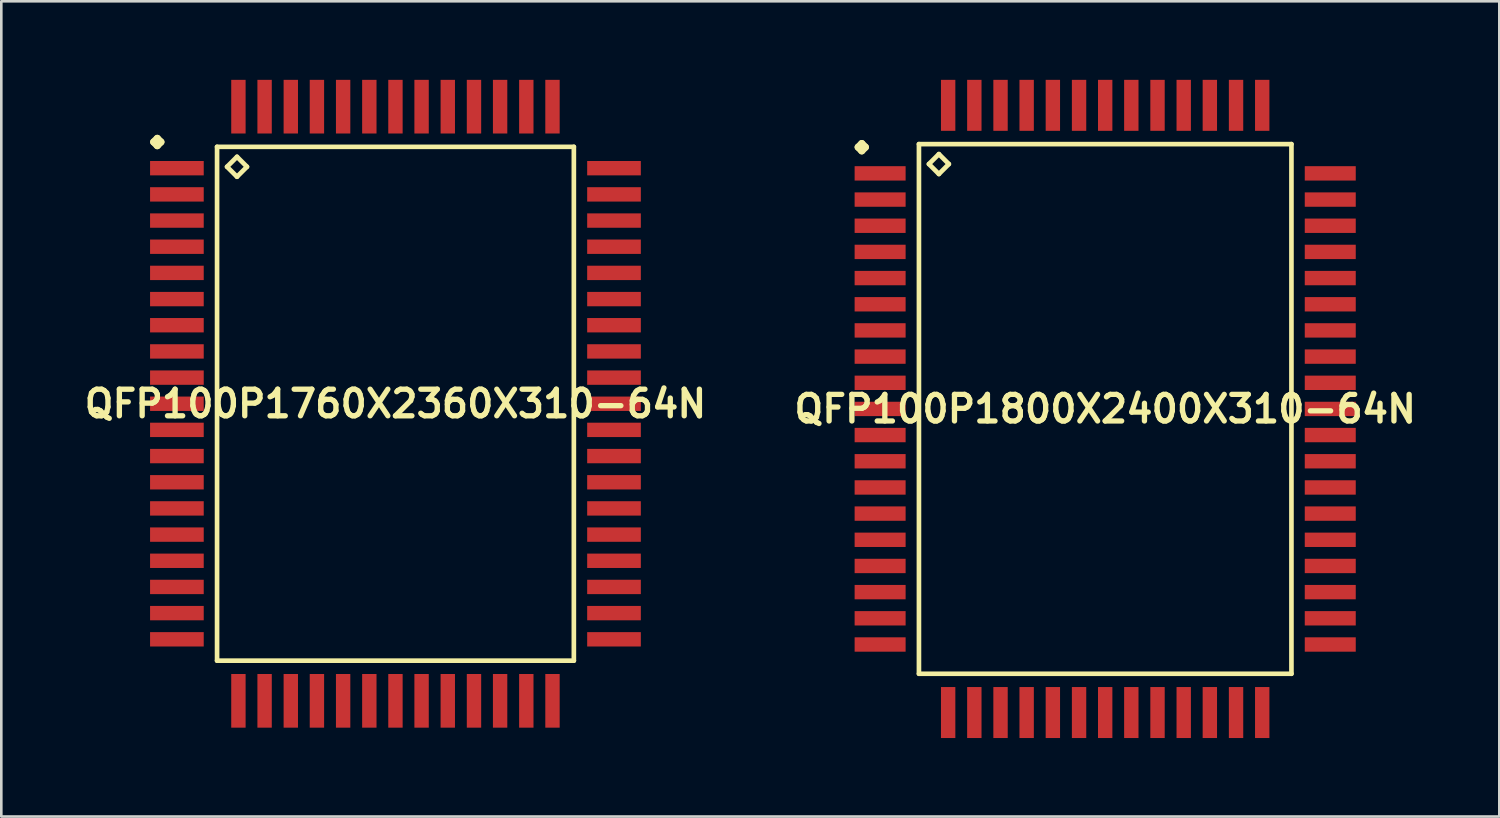
<source format=kicad_pcb>
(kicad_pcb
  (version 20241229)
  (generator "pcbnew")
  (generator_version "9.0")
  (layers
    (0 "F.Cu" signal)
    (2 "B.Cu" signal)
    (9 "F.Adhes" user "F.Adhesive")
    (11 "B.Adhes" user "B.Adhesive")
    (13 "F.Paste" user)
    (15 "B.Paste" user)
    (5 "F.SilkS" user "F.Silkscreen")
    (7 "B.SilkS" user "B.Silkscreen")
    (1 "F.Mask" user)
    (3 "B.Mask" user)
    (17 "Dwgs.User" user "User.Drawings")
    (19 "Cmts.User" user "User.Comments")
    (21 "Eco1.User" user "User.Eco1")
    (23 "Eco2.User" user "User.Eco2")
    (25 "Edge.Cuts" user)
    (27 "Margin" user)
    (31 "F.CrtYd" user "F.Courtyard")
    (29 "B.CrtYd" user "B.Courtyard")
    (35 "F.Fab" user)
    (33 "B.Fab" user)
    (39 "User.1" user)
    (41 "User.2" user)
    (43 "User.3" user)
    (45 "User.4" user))
  (footprint "QFP100P1800X2400X310-64N"
    (layer "F.Cu")
    (at 39.17 12.572)
    (property "Reference" "QFP100P1800X2400X310-64N" (at 0 0 0) (layer "F.SilkS") (effects (font (size 1.016 1.016) (thickness 0.203))))
    (attr smd)
    (fp_line (start -9.436 -10) (end -9.299 -10.137) (stroke (width 0.274) (type solid)) (layer "F.SilkS"))
    (fp_line (start -9.299 -10.137) (end -9.162 -10) (stroke (width 0.274) (type solid)) (layer "F.SilkS"))
    (fp_line (start -9.299 -9.86) (end -9.436 -10) (stroke (width 0.274) (type solid)) (layer "F.SilkS"))
    (fp_line (start -9.162 -10) (end -9.299 -9.86) (stroke (width 0.274) (type solid)) (layer "F.SilkS"))
    (fp_line (start -7.115 -10.117) (end -7.115 10.117) (stroke (width 0.178) (type solid)) (layer "F.SilkS"))
    (fp_line (start -7.115 10.117) (end 7.115 10.117) (stroke (width 0.178) (type solid)) (layer "F.SilkS"))
    (fp_line (start -6.734 -9.355) (end -6.353 -9.736) (stroke (width 0.178) (type solid)) (layer "F.SilkS"))
    (fp_line (start -6.353 -9.736) (end -5.972 -9.355) (stroke (width 0.178) (type solid)) (layer "F.SilkS"))
    (fp_line (start -6.353 -8.974) (end -6.734 -9.355) (stroke (width 0.178) (type solid)) (layer "F.SilkS"))
    (fp_line (start -5.972 -9.355) (end -6.353 -8.974) (stroke (width 0.178) (type solid)) (layer "F.SilkS"))
    (fp_line (start 7.115 -10.117) (end -7.115 -10.117) (stroke (width 0.178) (type solid)) (layer "F.SilkS"))
    (fp_line (start 7.115 10.117) (end 7.115 -10.117) (stroke (width 0.178) (type solid)) (layer "F.SilkS"))
    (pad "1" smd rect (at -8.598 -8.999) (size 1.948 0.549) (layers "F.Cu" "F.Mask" "F.Paste"))
    (pad "2" smd rect (at -8.598 -7.998) (size 1.948 0.549) (layers "F.Cu" "F.Mask" "F.Paste"))
    (pad "3" smd rect (at -8.598 -6.998) (size 1.948 0.549) (layers "F.Cu" "F.Mask" "F.Paste"))
    (pad "4" smd rect (at -8.598 -5.999) (size 1.948 0.549) (layers "F.Cu" "F.Mask" "F.Paste"))
    (pad "5" smd rect (at -8.598 -4.999) (size 1.948 0.549) (layers "F.Cu" "F.Mask" "F.Paste"))
    (pad "6" smd rect (at -8.598 -3.998) (size 1.948 0.549) (layers "F.Cu" "F.Mask" "F.Paste"))
    (pad "7" smd rect (at -8.598 -3) (size 1.948 0.549) (layers "F.Cu" "F.Mask" "F.Paste"))
    (pad "8" smd rect (at -8.598 -1.999) (size 1.948 0.549) (layers "F.Cu" "F.Mask" "F.Paste"))
    (pad "9" smd rect (at -8.598 -0.998) (size 1.948 0.549) (layers "F.Cu" "F.Mask" "F.Paste"))
    (pad "10" smd rect (at -8.598 0) (size 1.948 0.549) (layers "F.Cu" "F.Mask" "F.Paste"))
    (pad "11" smd rect (at -8.598 0.998) (size 1.948 0.549) (layers "F.Cu" "F.Mask" "F.Paste"))
    (pad "12" smd rect (at -8.598 1.999) (size 1.948 0.549) (layers "F.Cu" "F.Mask" "F.Paste"))
    (pad "13" smd rect (at -8.598 3) (size 1.948 0.549) (layers "F.Cu" "F.Mask" "F.Paste"))
    (pad "14" smd rect (at -8.598 3.998) (size 1.948 0.549) (layers "F.Cu" "F.Mask" "F.Paste"))
    (pad "15" smd rect (at -8.598 4.999) (size 1.948 0.549) (layers "F.Cu" "F.Mask" "F.Paste"))
    (pad "16" smd rect (at -8.598 5.999) (size 1.948 0.549) (layers "F.Cu" "F.Mask" "F.Paste"))
    (pad "17" smd rect (at -8.598 6.998) (size 1.948 0.549) (layers "F.Cu" "F.Mask" "F.Paste"))
    (pad "18" smd rect (at -8.598 7.998) (size 1.948 0.549) (layers "F.Cu" "F.Mask" "F.Paste"))
    (pad "19" smd rect (at -8.598 8.999) (size 1.948 0.549) (layers "F.Cu" "F.Mask" "F.Paste"))
    (pad "20" smd rect (at -5.999 11.598) (size 0.549 1.948) (layers "F.Cu" "F.Mask" "F.Paste"))
    (pad "21" smd rect (at -4.999 11.598) (size 0.549 1.948) (layers "F.Cu" "F.Mask" "F.Paste"))
    (pad "22" smd rect (at -3.998 11.598) (size 0.549 1.948) (layers "F.Cu" "F.Mask" "F.Paste"))
    (pad "23" smd rect (at -3 11.598) (size 0.549 1.948) (layers "F.Cu" "F.Mask" "F.Paste"))
    (pad "24" smd rect (at -1.999 11.598) (size 0.549 1.948) (layers "F.Cu" "F.Mask" "F.Paste"))
    (pad "25" smd rect (at -0.998 11.598) (size 0.549 1.948) (layers "F.Cu" "F.Mask" "F.Paste"))
    (pad "26" smd rect (at 0 11.598) (size 0.549 1.948) (layers "F.Cu" "F.Mask" "F.Paste"))
    (pad "27" smd rect (at 0.998 11.598) (size 0.549 1.948) (layers "F.Cu" "F.Mask" "F.Paste"))
    (pad "28" smd rect (at 1.999 11.598) (size 0.549 1.948) (layers "F.Cu" "F.Mask" "F.Paste"))
    (pad "29" smd rect (at 3 11.598) (size 0.549 1.948) (layers "F.Cu" "F.Mask" "F.Paste"))
    (pad "30" smd rect (at 3.998 11.598) (size 0.549 1.948) (layers "F.Cu" "F.Mask" "F.Paste"))
    (pad "31" smd rect (at 4.999 11.598) (size 0.549 1.948) (layers "F.Cu" "F.Mask" "F.Paste"))
    (pad "32" smd rect (at 5.999 11.598) (size 0.549 1.948) (layers "F.Cu" "F.Mask" "F.Paste"))
    (pad "33" smd rect (at 8.598 8.999) (size 1.948 0.549) (layers "F.Cu" "F.Mask" "F.Paste"))
    (pad "34" smd rect (at 8.598 7.998) (size 1.948 0.549) (layers "F.Cu" "F.Mask" "F.Paste"))
    (pad "35" smd rect (at 8.598 6.998) (size 1.948 0.549) (layers "F.Cu" "F.Mask" "F.Paste"))
    (pad "36" smd rect (at 8.598 5.999) (size 1.948 0.549) (layers "F.Cu" "F.Mask" "F.Paste"))
    (pad "37" smd rect (at 8.598 4.999) (size 1.948 0.549) (layers "F.Cu" "F.Mask" "F.Paste"))
    (pad "38" smd rect (at 8.598 3.998) (size 1.948 0.549) (layers "F.Cu" "F.Mask" "F.Paste"))
    (pad "39" smd rect (at 8.598 3) (size 1.948 0.549) (layers "F.Cu" "F.Mask" "F.Paste"))
    (pad "40" smd rect (at 8.598 1.999) (size 1.948 0.549) (layers "F.Cu" "F.Mask" "F.Paste"))
    (pad "41" smd rect (at 8.598 0.998) (size 1.948 0.549) (layers "F.Cu" "F.Mask" "F.Paste"))
    (pad "42" smd rect (at 8.598 0) (size 1.948 0.549) (layers "F.Cu" "F.Mask" "F.Paste"))
    (pad "43" smd rect (at 8.598 -0.998) (size 1.948 0.549) (layers "F.Cu" "F.Mask" "F.Paste"))
    (pad "44" smd rect (at 8.598 -1.999) (size 1.948 0.549) (layers "F.Cu" "F.Mask" "F.Paste"))
    (pad "45" smd rect (at 8.598 -3) (size 1.948 0.549) (layers "F.Cu" "F.Mask" "F.Paste"))
    (pad "46" smd rect (at 8.598 -3.998) (size 1.948 0.549) (layers "F.Cu" "F.Mask" "F.Paste"))
    (pad "47" smd rect (at 8.598 -4.999) (size 1.948 0.549) (layers "F.Cu" "F.Mask" "F.Paste"))
    (pad "48" smd rect (at 8.598 -5.999) (size 1.948 0.549) (layers "F.Cu" "F.Mask" "F.Paste"))
    (pad "49" smd rect (at 8.598 -6.998) (size 1.948 0.549) (layers "F.Cu" "F.Mask" "F.Paste"))
    (pad "50" smd rect (at 8.598 -7.998) (size 1.948 0.549) (layers "F.Cu" "F.Mask" "F.Paste"))
    (pad "51" smd rect (at 8.598 -8.999) (size 1.948 0.549) (layers "F.Cu" "F.Mask" "F.Paste"))
    (pad "52" smd rect (at 5.999 -11.598) (size 0.549 1.948) (layers "F.Cu" "F.Mask" "F.Paste"))
    (pad "53" smd rect (at 4.999 -11.598) (size 0.549 1.948) (layers "F.Cu" "F.Mask" "F.Paste"))
    (pad "54" smd rect (at 3.998 -11.598) (size 0.549 1.948) (layers "F.Cu" "F.Mask" "F.Paste"))
    (pad "55" smd rect (at 3 -11.598) (size 0.549 1.948) (layers "F.Cu" "F.Mask" "F.Paste"))
    (pad "56" smd rect (at 1.999 -11.598) (size 0.549 1.948) (layers "F.Cu" "F.Mask" "F.Paste"))
    (pad "57" smd rect (at 0.998 -11.598) (size 0.549 1.948) (layers "F.Cu" "F.Mask" "F.Paste"))
    (pad "58" smd rect (at 0 -11.598) (size 0.549 1.948) (layers "F.Cu" "F.Mask" "F.Paste"))
    (pad "59" smd rect (at -0.998 -11.598) (size 0.549 1.948) (layers "F.Cu" "F.Mask" "F.Paste"))
    (pad "60" smd rect (at -1.999 -11.598) (size 0.549 1.948) (layers "F.Cu" "F.Mask" "F.Paste"))
    (pad "61" smd rect (at -3 -11.598) (size 0.549 1.948) (layers "F.Cu" "F.Mask" "F.Paste"))
    (pad "62" smd rect (at -3.998 -11.598) (size 0.549 1.948) (layers "F.Cu" "F.Mask" "F.Paste"))
    (pad "63" smd rect (at -4.999 -11.598) (size 0.549 1.948) (layers "F.Cu" "F.Mask" "F.Paste"))
    (pad "64" smd rect (at -5.999 -11.598) (size 0.549 1.948) (layers "F.Cu" "F.Mask" "F.Paste")))
  (footprint "QFP100P1760X2360X310-64N"
    (layer "F.Cu")
    (at 12.057 12.374)
    (property "Reference" "QFP100P1760X2360X310-64N" (at 0 0 0) (layer "F.SilkS") (effects (font (size 1.016 1.016) (thickness 0.203))))
    (attr smd)
    (fp_line (start -9.235 -10) (end -9.098 -10.137) (stroke (width 0.274) (type solid)) (layer "F.SilkS"))
    (fp_line (start -9.098 -10.137) (end -8.961 -10) (stroke (width 0.274) (type solid)) (layer "F.SilkS"))
    (fp_line (start -9.098 -9.86) (end -9.235 -10) (stroke (width 0.274) (type solid)) (layer "F.SilkS"))
    (fp_line (start -8.961 -10) (end -9.098 -9.86) (stroke (width 0.274) (type solid)) (layer "F.SilkS"))
    (fp_line (start -6.815 -9.815) (end -6.815 9.815) (stroke (width 0.178) (type solid)) (layer "F.SilkS"))
    (fp_line (start -6.815 9.815) (end 6.815 9.815) (stroke (width 0.178) (type solid)) (layer "F.SilkS"))
    (fp_line (start -6.434 -9.053) (end -6.053 -9.434) (stroke (width 0.178) (type solid)) (layer "F.SilkS"))
    (fp_line (start -6.053 -9.434) (end -5.672 -9.053) (stroke (width 0.178) (type solid)) (layer "F.SilkS"))
    (fp_line (start -6.053 -8.672) (end -6.434 -9.053) (stroke (width 0.178) (type solid)) (layer "F.SilkS"))
    (fp_line (start -5.672 -9.053) (end -6.053 -8.672) (stroke (width 0.178) (type solid)) (layer "F.SilkS"))
    (fp_line (start 6.815 -9.815) (end -6.815 -9.815) (stroke (width 0.178) (type solid)) (layer "F.SilkS"))
    (fp_line (start 6.815 9.815) (end 6.815 -9.815) (stroke (width 0.178) (type solid)) (layer "F.SilkS"))
    (pad "1" smd rect (at -8.349 -8.999) (size 2.05 0.549) (layers "F.Cu" "F.Mask" "F.Paste"))
    (pad "2" smd rect (at -8.349 -7.998) (size 2.05 0.549) (layers "F.Cu" "F.Mask" "F.Paste"))
    (pad "3" smd rect (at -8.349 -6.998) (size 2.05 0.549) (layers "F.Cu" "F.Mask" "F.Paste"))
    (pad "4" smd rect (at -8.349 -5.999) (size 2.05 0.549) (layers "F.Cu" "F.Mask" "F.Paste"))
    (pad "5" smd rect (at -8.349 -4.999) (size 2.05 0.549) (layers "F.Cu" "F.Mask" "F.Paste"))
    (pad "6" smd rect (at -8.349 -3.998) (size 2.05 0.549) (layers "F.Cu" "F.Mask" "F.Paste"))
    (pad "7" smd rect (at -8.349 -3) (size 2.05 0.549) (layers "F.Cu" "F.Mask" "F.Paste"))
    (pad "8" smd rect (at -8.349 -1.999) (size 2.05 0.549) (layers "F.Cu" "F.Mask" "F.Paste"))
    (pad "9" smd rect (at -8.349 -0.998) (size 2.05 0.549) (layers "F.Cu" "F.Mask" "F.Paste"))
    (pad "10" smd rect (at -8.349 0) (size 2.05 0.549) (layers "F.Cu" "F.Mask" "F.Paste"))
    (pad "11" smd rect (at -8.349 0.998) (size 2.05 0.549) (layers "F.Cu" "F.Mask" "F.Paste"))
    (pad "12" smd rect (at -8.349 1.999) (size 2.05 0.549) (layers "F.Cu" "F.Mask" "F.Paste"))
    (pad "13" smd rect (at -8.349 3) (size 2.05 0.549) (layers "F.Cu" "F.Mask" "F.Paste"))
    (pad "14" smd rect (at -8.349 3.998) (size 2.05 0.549) (layers "F.Cu" "F.Mask" "F.Paste"))
    (pad "15" smd rect (at -8.349 4.999) (size 2.05 0.549) (layers "F.Cu" "F.Mask" "F.Paste"))
    (pad "16" smd rect (at -8.349 5.999) (size 2.05 0.549) (layers "F.Cu" "F.Mask" "F.Paste"))
    (pad "17" smd rect (at -8.349 6.998) (size 2.05 0.549) (layers "F.Cu" "F.Mask" "F.Paste"))
    (pad "18" smd rect (at -8.349 7.998) (size 2.05 0.549) (layers "F.Cu" "F.Mask" "F.Paste"))
    (pad "19" smd rect (at -8.349 8.999) (size 2.05 0.549) (layers "F.Cu" "F.Mask" "F.Paste"))
    (pad "20" smd rect (at -5.999 11.349) (size 0.549 2.05) (layers "F.Cu" "F.Mask" "F.Paste"))
    (pad "21" smd rect (at -4.999 11.349) (size 0.549 2.05) (layers "F.Cu" "F.Mask" "F.Paste"))
    (pad "22" smd rect (at -3.998 11.349) (size 0.549 2.05) (layers "F.Cu" "F.Mask" "F.Paste"))
    (pad "23" smd rect (at -3 11.349) (size 0.549 2.05) (layers "F.Cu" "F.Mask" "F.Paste"))
    (pad "24" smd rect (at -1.999 11.349) (size 0.549 2.05) (layers "F.Cu" "F.Mask" "F.Paste"))
    (pad "25" smd rect (at -0.998 11.349) (size 0.549 2.05) (layers "F.Cu" "F.Mask" "F.Paste"))
    (pad "26" smd rect (at 0 11.349) (size 0.549 2.05) (layers "F.Cu" "F.Mask" "F.Paste"))
    (pad "27" smd rect (at 0.998 11.349) (size 0.549 2.05) (layers "F.Cu" "F.Mask" "F.Paste"))
    (pad "28" smd rect (at 1.999 11.349) (size 0.549 2.05) (layers "F.Cu" "F.Mask" "F.Paste"))
    (pad "29" smd rect (at 3 11.349) (size 0.549 2.05) (layers "F.Cu" "F.Mask" "F.Paste"))
    (pad "30" smd rect (at 3.998 11.349) (size 0.549 2.05) (layers "F.Cu" "F.Mask" "F.Paste"))
    (pad "31" smd rect (at 4.999 11.349) (size 0.549 2.05) (layers "F.Cu" "F.Mask" "F.Paste"))
    (pad "32" smd rect (at 5.999 11.349) (size 0.549 2.05) (layers "F.Cu" "F.Mask" "F.Paste"))
    (pad "33" smd rect (at 8.349 8.999) (size 2.05 0.549) (layers "F.Cu" "F.Mask" "F.Paste"))
    (pad "34" smd rect (at 8.349 7.998) (size 2.05 0.549) (layers "F.Cu" "F.Mask" "F.Paste"))
    (pad "35" smd rect (at 8.349 6.998) (size 2.05 0.549) (layers "F.Cu" "F.Mask" "F.Paste"))
    (pad "36" smd rect (at 8.349 5.999) (size 2.05 0.549) (layers "F.Cu" "F.Mask" "F.Paste"))
    (pad "37" smd rect (at 8.349 4.999) (size 2.05 0.549) (layers "F.Cu" "F.Mask" "F.Paste"))
    (pad "38" smd rect (at 8.349 3.998) (size 2.05 0.549) (layers "F.Cu" "F.Mask" "F.Paste"))
    (pad "39" smd rect (at 8.349 3) (size 2.05 0.549) (layers "F.Cu" "F.Mask" "F.Paste"))
    (pad "40" smd rect (at 8.349 1.999) (size 2.05 0.549) (layers "F.Cu" "F.Mask" "F.Paste"))
    (pad "41" smd rect (at 8.349 0.998) (size 2.05 0.549) (layers "F.Cu" "F.Mask" "F.Paste"))
    (pad "42" smd rect (at 8.349 0) (size 2.05 0.549) (layers "F.Cu" "F.Mask" "F.Paste"))
    (pad "43" smd rect (at 8.349 -0.998) (size 2.05 0.549) (layers "F.Cu" "F.Mask" "F.Paste"))
    (pad "44" smd rect (at 8.349 -1.999) (size 2.05 0.549) (layers "F.Cu" "F.Mask" "F.Paste"))
    (pad "45" smd rect (at 8.349 -3) (size 2.05 0.549) (layers "F.Cu" "F.Mask" "F.Paste"))
    (pad "46" smd rect (at 8.349 -3.998) (size 2.05 0.549) (layers "F.Cu" "F.Mask" "F.Paste"))
    (pad "47" smd rect (at 8.349 -4.999) (size 2.05 0.549) (layers "F.Cu" "F.Mask" "F.Paste"))
    (pad "48" smd rect (at 8.349 -5.999) (size 2.05 0.549) (layers "F.Cu" "F.Mask" "F.Paste"))
    (pad "49" smd rect (at 8.349 -6.998) (size 2.05 0.549) (layers "F.Cu" "F.Mask" "F.Paste"))
    (pad "50" smd rect (at 8.349 -7.998) (size 2.05 0.549) (layers "F.Cu" "F.Mask" "F.Paste"))
    (pad "51" smd rect (at 8.349 -8.999) (size 2.05 0.549) (layers "F.Cu" "F.Mask" "F.Paste"))
    (pad "52" smd rect (at 5.999 -11.349) (size 0.549 2.05) (layers "F.Cu" "F.Mask" "F.Paste"))
    (pad "53" smd rect (at 4.999 -11.349) (size 0.549 2.05) (layers "F.Cu" "F.Mask" "F.Paste"))
    (pad "54" smd rect (at 3.998 -11.349) (size 0.549 2.05) (layers "F.Cu" "F.Mask" "F.Paste"))
    (pad "55" smd rect (at 3 -11.349) (size 0.549 2.05) (layers "F.Cu" "F.Mask" "F.Paste"))
    (pad "56" smd rect (at 1.999 -11.349) (size 0.549 2.05) (layers "F.Cu" "F.Mask" "F.Paste"))
    (pad "57" smd rect (at 0.998 -11.349) (size 0.549 2.05) (layers "F.Cu" "F.Mask" "F.Paste"))
    (pad "58" smd rect (at 0 -11.349) (size 0.549 2.05) (layers "F.Cu" "F.Mask" "F.Paste"))
    (pad "59" smd rect (at -0.998 -11.349) (size 0.549 2.05) (layers "F.Cu" "F.Mask" "F.Paste"))
    (pad "60" smd rect (at -1.999 -11.349) (size 0.549 2.05) (layers "F.Cu" "F.Mask" "F.Paste"))
    (pad "61" smd rect (at -3 -11.349) (size 0.549 2.05) (layers "F.Cu" "F.Mask" "F.Paste"))
    (pad "62" smd rect (at -3.998 -11.349) (size 0.549 2.05) (layers "F.Cu" "F.Mask" "F.Paste"))
    (pad "63" smd rect (at -4.999 -11.349) (size 0.549 2.05) (layers "F.Cu" "F.Mask" "F.Paste"))
    (pad "64" smd rect (at -5.999 -11.349) (size 0.549 2.05) (layers "F.Cu" "F.Mask" "F.Paste")))
  (gr_rect
    (start -3 -3)
    (end 54.226 28.143)
    (stroke (width 0.1) (type default))
    (fill no)
    (layer "Edge.Cuts")))
</source>
